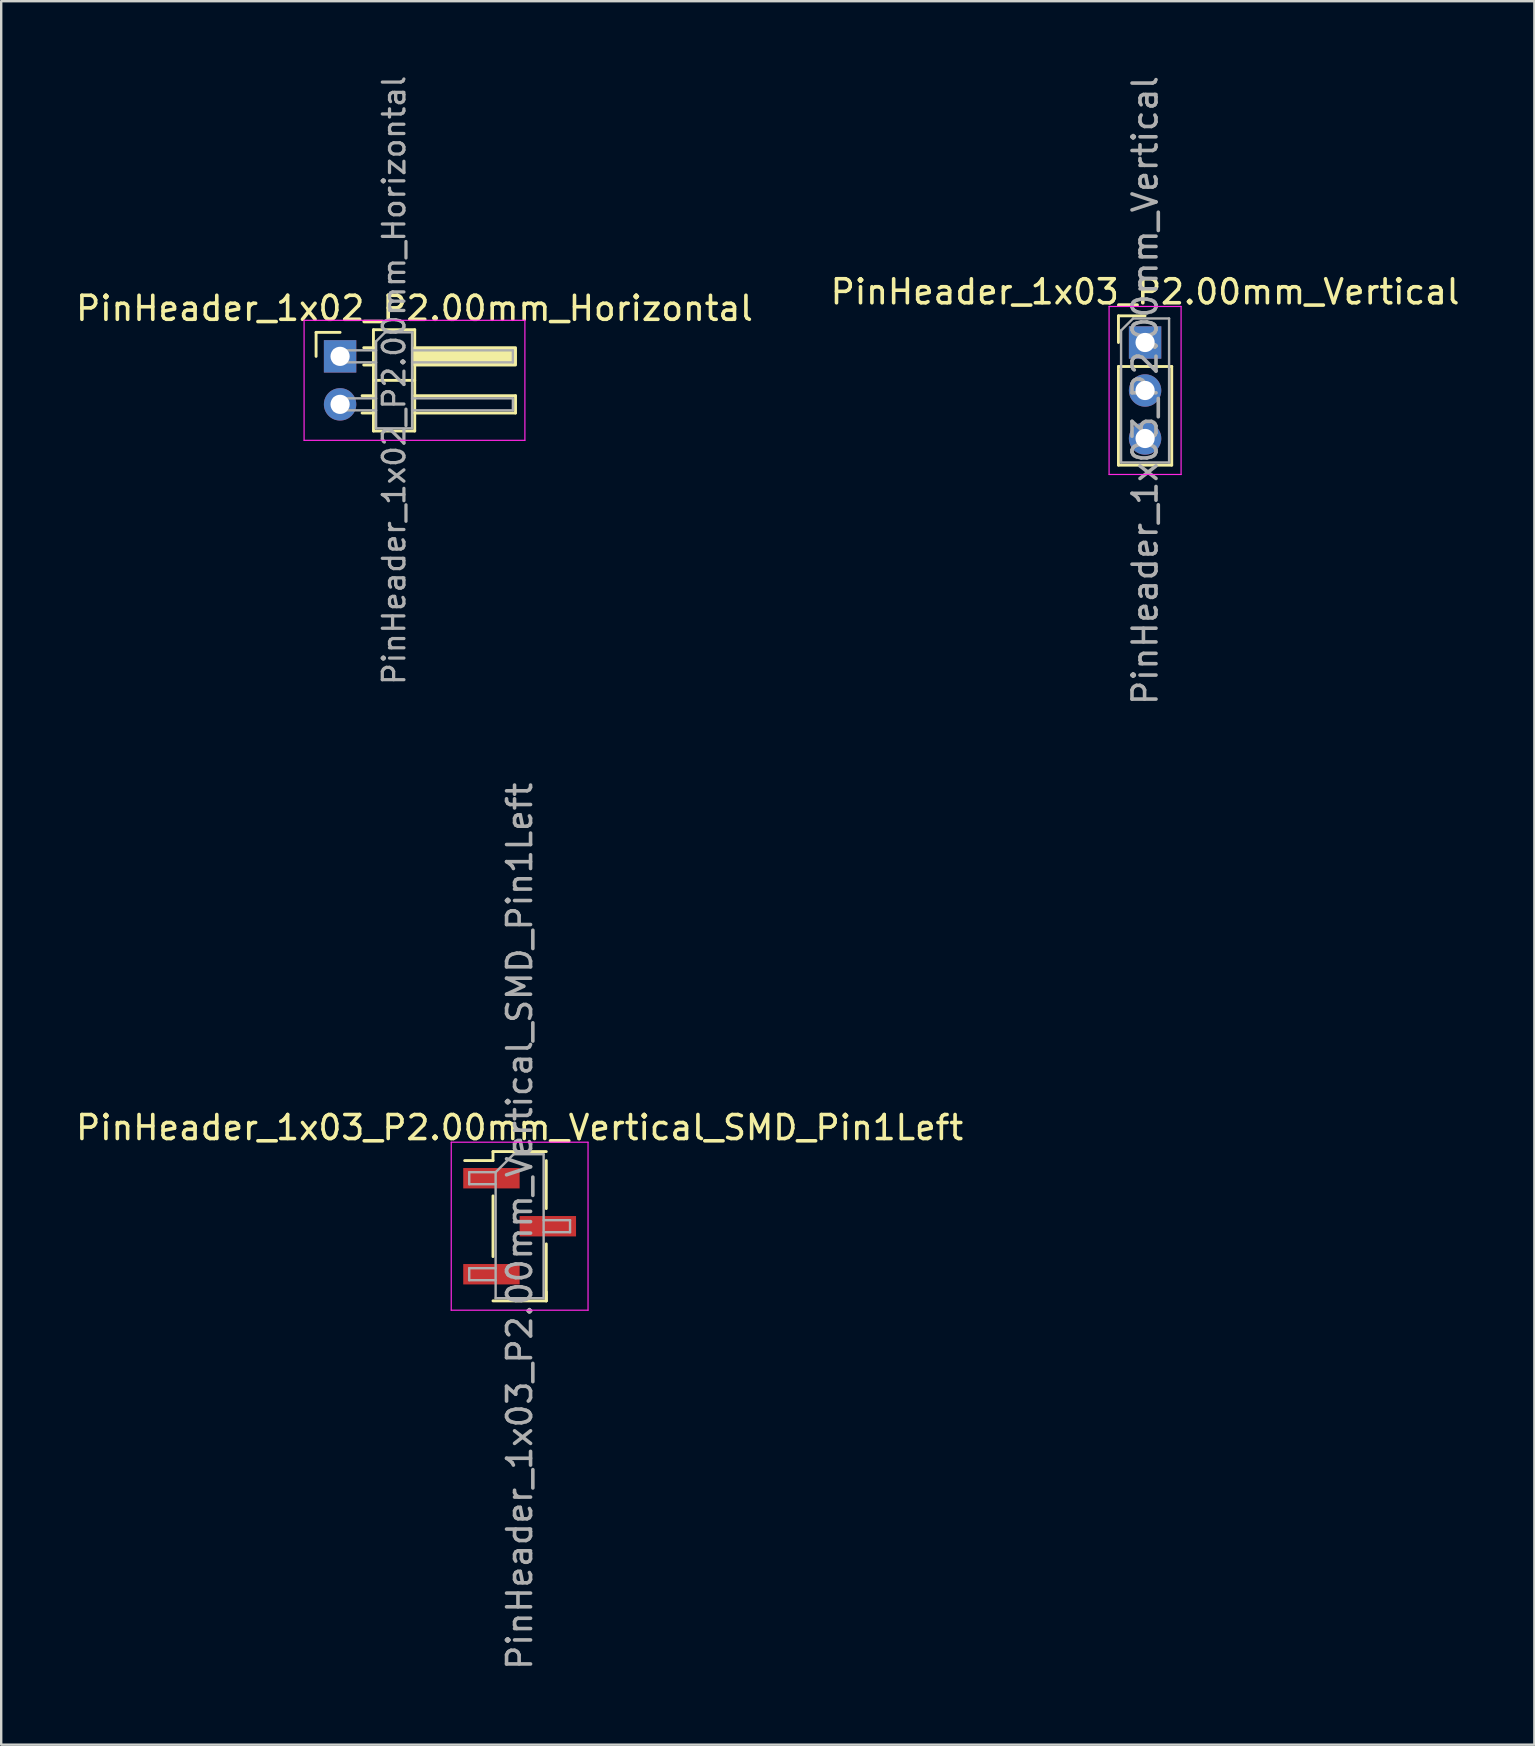
<source format=kicad_pcb>
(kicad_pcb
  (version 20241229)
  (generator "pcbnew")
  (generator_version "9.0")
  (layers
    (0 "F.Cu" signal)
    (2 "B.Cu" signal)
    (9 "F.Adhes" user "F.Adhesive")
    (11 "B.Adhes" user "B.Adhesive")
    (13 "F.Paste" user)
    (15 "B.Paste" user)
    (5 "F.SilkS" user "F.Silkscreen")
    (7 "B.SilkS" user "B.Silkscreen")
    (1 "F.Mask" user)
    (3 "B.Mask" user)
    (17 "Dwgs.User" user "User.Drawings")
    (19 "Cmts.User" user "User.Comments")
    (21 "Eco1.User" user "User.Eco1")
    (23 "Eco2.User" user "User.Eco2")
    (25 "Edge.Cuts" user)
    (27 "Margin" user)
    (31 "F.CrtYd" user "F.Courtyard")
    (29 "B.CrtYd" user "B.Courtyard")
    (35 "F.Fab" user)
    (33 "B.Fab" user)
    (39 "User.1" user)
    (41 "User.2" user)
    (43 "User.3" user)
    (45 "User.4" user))
  (footprint "PinHeader_1x02_P2.00mm_Horizontal"
    (layer "F.Cu")
    (at 11.12 11.798)
    (property "Reference" "PinHeader_1x02_P2.00mm_Horizontal" (at 3.1 -2 0) (layer "F.SilkS") (effects (font (size 1 1) (thickness 0.15))))
    (attr through_hole)
    (fp_line (start -1 -1) (end 0 -1) (stroke (width 0.12) (type solid)) (layer "F.SilkS"))
    (fp_line (start -1 0) (end -1 -1) (stroke (width 0.12) (type solid)) (layer "F.SilkS"))
    (fp_line (start 0.917 1.64) (end 1.39 1.64) (stroke (width 0.12) (type solid)) (layer "F.SilkS"))
    (fp_line (start 0.917 2.36) (end 1.39 2.36) (stroke (width 0.12) (type solid)) (layer "F.SilkS"))
    (fp_line (start 0.985 -0.36) (end 1.39 -0.36) (stroke (width 0.12) (type solid)) (layer "F.SilkS"))
    (fp_line (start 0.985 0.36) (end 1.39 0.36) (stroke (width 0.12) (type solid)) (layer "F.SilkS"))
    (fp_line (start 1.39 -1.11) (end 1.39 3.11) (stroke (width 0.12) (type solid)) (layer "F.SilkS"))
    (fp_line (start 1.39 1) (end 3.11 1) (stroke (width 0.12) (type solid)) (layer "F.SilkS"))
    (fp_line (start 1.39 3.11) (end 3.11 3.11) (stroke (width 0.12) (type solid)) (layer "F.SilkS"))
    (fp_line (start 3.11 -1.11) (end 1.39 -1.11) (stroke (width 0.12) (type solid)) (layer "F.SilkS"))
    (fp_line (start 3.11 1.64) (end 7.31 1.64) (stroke (width 0.12) (type solid)) (layer "F.SilkS"))
    (fp_line (start 3.11 3.11) (end 3.11 -1.11) (stroke (width 0.12) (type solid)) (layer "F.SilkS"))
    (fp_line (start 7.31 1.64) (end 7.31 2.36) (stroke (width 0.12) (type solid)) (layer "F.SilkS"))
    (fp_line (start 7.31 2.36) (end 3.11 2.36) (stroke (width 0.12) (type solid)) (layer "F.SilkS"))
    (fp_rect (start 3.11 -0.36) (end 7.31 0.36) (stroke (width 0.12) (type solid)) (fill yes) (layer "F.SilkS"))
    (fp_line (start -1.5 -1.5) (end -1.5 3.5) (stroke (width 0.05) (type solid)) (layer "F.CrtYd"))
    (fp_line (start -1.5 3.5) (end 7.7 3.5) (stroke (width 0.05) (type solid)) (layer "F.CrtYd"))
    (fp_line (start 7.7 -1.5) (end -1.5 -1.5) (stroke (width 0.05) (type solid)) (layer "F.CrtYd"))
    (fp_line (start 7.7 3.5) (end 7.7 -1.5) (stroke (width 0.05) (type solid)) (layer "F.CrtYd"))
    (fp_line (start -0.25 -0.25) (end -0.25 0.25) (stroke (width 0.1) (type solid)) (layer "F.Fab"))
    (fp_line (start -0.25 -0.25) (end 1.5 -0.25) (stroke (width 0.1) (type solid)) (layer "F.Fab"))
    (fp_line (start -0.25 0.25) (end 1.5 0.25) (stroke (width 0.1) (type solid)) (layer "F.Fab"))
    (fp_line (start -0.25 1.75) (end -0.25 2.25) (stroke (width 0.1) (type solid)) (layer "F.Fab"))
    (fp_line (start -0.25 1.75) (end 1.5 1.75) (stroke (width 0.1) (type solid)) (layer "F.Fab"))
    (fp_line (start -0.25 2.25) (end 1.5 2.25) (stroke (width 0.1) (type solid)) (layer "F.Fab"))
    (fp_line (start 1.5 -0.625) (end 1.875 -1) (stroke (width 0.1) (type solid)) (layer "F.Fab"))
    (fp_line (start 1.5 3) (end 1.5 -0.625) (stroke (width 0.1) (type solid)) (layer "F.Fab"))
    (fp_line (start 1.875 -1) (end 3 -1) (stroke (width 0.1) (type solid)) (layer "F.Fab"))
    (fp_line (start 3 -1) (end 3 3) (stroke (width 0.1) (type solid)) (layer "F.Fab"))
    (fp_line (start 3 -0.25) (end 7.2 -0.25) (stroke (width 0.1) (type solid)) (layer "F.Fab"))
    (fp_line (start 3 0.25) (end 7.2 0.25) (stroke (width 0.1) (type solid)) (layer "F.Fab"))
    (fp_line (start 3 1.75) (end 7.2 1.75) (stroke (width 0.1) (type solid)) (layer "F.Fab"))
    (fp_line (start 3 2.25) (end 7.2 2.25) (stroke (width 0.1) (type solid)) (layer "F.Fab"))
    (fp_line (start 3 3) (end 1.5 3) (stroke (width 0.1) (type solid)) (layer "F.Fab"))
    (fp_line (start 7.2 -0.25) (end 7.2 0.25) (stroke (width 0.1) (type solid)) (layer "F.Fab"))
    (fp_line (start 7.2 1.75) (end 7.2 2.25) (stroke (width 0.1) (type solid)) (layer "F.Fab"))
    (fp_text user "${REFERENCE}" (at 2.25 1 90) (layer "F.Fab") (effects (font (size 0.9 0.9) (thickness 0.135))))
    (pad "1" thru_hole rect (at 0 0) (size 1.35 1.35) (drill 0.8) (layers "*.Cu" "*.Mask"))
    (pad "2" thru_hole circle (at 0 2) (size 1.35 1.35) (drill 0.8) (layers "*.Cu" "*.Mask")))
  (footprint "PinHeader_1x03_P2.00mm_Vertical"
    (layer "F.Cu")
    (at 44.661 11.22)
    (property "Reference" "PinHeader_1x03_P2.00mm_Vertical" (at 0 -2.11 0) (layer "F.SilkS") (effects (font (size 1 1) (thickness 0.15))))
    (attr through_hole)
    (fp_line (start -1.11 -1.11) (end 0 -1.11) (stroke (width 0.12) (type solid)) (layer "F.SilkS"))
    (fp_line (start -1.11 0) (end -1.11 -1.11) (stroke (width 0.12) (type solid)) (layer "F.SilkS"))
    (fp_line (start -1.11 1) (end -1.11 5.11) (stroke (width 0.12) (type solid)) (layer "F.SilkS"))
    (fp_line (start -1.11 1) (end 1.11 1) (stroke (width 0.12) (type solid)) (layer "F.SilkS"))
    (fp_line (start -1.11 5.11) (end 1.11 5.11) (stroke (width 0.12) (type solid)) (layer "F.SilkS"))
    (fp_line (start 1.11 1) (end 1.11 5.11) (stroke (width 0.12) (type solid)) (layer "F.SilkS"))
    (fp_line (start -1.5 -1.5) (end -1.5 5.5) (stroke (width 0.05) (type solid)) (layer "F.CrtYd"))
    (fp_line (start -1.5 5.5) (end 1.5 5.5) (stroke (width 0.05) (type solid)) (layer "F.CrtYd"))
    (fp_line (start 1.5 -1.5) (end -1.5 -1.5) (stroke (width 0.05) (type solid)) (layer "F.CrtYd"))
    (fp_line (start 1.5 5.5) (end 1.5 -1.5) (stroke (width 0.05) (type solid)) (layer "F.CrtYd"))
    (fp_line (start -1 -0.5) (end -0.5 -1) (stroke (width 0.1) (type solid)) (layer "F.Fab"))
    (fp_line (start -1 5) (end -1 -0.5) (stroke (width 0.1) (type solid)) (layer "F.Fab"))
    (fp_line (start -0.5 -1) (end 1 -1) (stroke (width 0.1) (type solid)) (layer "F.Fab"))
    (fp_line (start 1 -1) (end 1 5) (stroke (width 0.1) (type solid)) (layer "F.Fab"))
    (fp_line (start 1 5) (end -1 5) (stroke (width 0.1) (type solid)) (layer "F.Fab"))
    (fp_text user "${REFERENCE}" (at 0 2 90) (layer "F.Fab") (effects (font (size 1 1) (thickness 0.15))))
    (pad "1" thru_hole rect (at 0 0) (size 1.35 1.35) (drill 0.8) (layers "*.Cu" "*.Mask"))
    (pad "2" thru_hole circle (at 0 2) (size 1.35 1.35) (drill 0.8) (layers "*.Cu" "*.Mask"))
    (pad "3" thru_hole circle (at 0 4) (size 1.35 1.35) (drill 0.8) (layers "*.Cu" "*.Mask")))
  (footprint "PinHeader_1x03_P2.00mm_Vertical_SMD_Pin1Left"
    (layer "F.Cu")
    (at 18.601 48.042)
    (property "Reference" "PinHeader_1x03_P2.00mm_Vertical_SMD_Pin1Left" (at 0 -4.11 0) (layer "F.SilkS") (effects (font (size 1 1) (thickness 0.15))))
    (attr smd)
    (fp_line (start -1.11 -3.11) (end -1.11 -2.735) (stroke (width 0.12) (type solid)) (layer "F.SilkS"))
    (fp_line (start -1.11 -3.11) (end 1.11 -3.11) (stroke (width 0.12) (type solid)) (layer "F.SilkS"))
    (fp_line (start -1.11 -2.735) (end -2.29 -2.735) (stroke (width 0.12) (type solid)) (layer "F.SilkS"))
    (fp_line (start -1.11 -1.265) (end -1.11 1.265) (stroke (width 0.12) (type solid)) (layer "F.SilkS"))
    (fp_line (start -1.11 3.11) (end 1.11 3.11) (stroke (width 0.12) (type solid)) (layer "F.SilkS"))
    (fp_line (start 1.11 -2.735) (end 1.11 -0.735) (stroke (width 0.12) (type solid)) (layer "F.SilkS"))
    (fp_line (start 1.11 0.735) (end 1.11 3.11) (stroke (width 0.12) (type solid)) (layer "F.SilkS"))
    (fp_line (start 1.11 2.735) (end 1.11 3.11) (stroke (width 0.12) (type solid)) (layer "F.SilkS"))
    (fp_line (start -2.85 -3.5) (end -2.85 3.5) (stroke (width 0.05) (type solid)) (layer "F.CrtYd"))
    (fp_line (start -2.85 3.5) (end 2.85 3.5) (stroke (width 0.05) (type solid)) (layer "F.CrtYd"))
    (fp_line (start 2.85 -3.5) (end -2.85 -3.5) (stroke (width 0.05) (type solid)) (layer "F.CrtYd"))
    (fp_line (start 2.85 3.5) (end 2.85 -3.5) (stroke (width 0.05) (type solid)) (layer "F.CrtYd"))
    (fp_line (start -2.1 -2.25) (end -2.1 -1.75) (stroke (width 0.1) (type solid)) (layer "F.Fab"))
    (fp_line (start -2.1 -1.75) (end -1 -1.75) (stroke (width 0.1) (type solid)) (layer "F.Fab"))
    (fp_line (start -2.1 1.75) (end -2.1 2.25) (stroke (width 0.1) (type solid)) (layer "F.Fab"))
    (fp_line (start -2.1 2.25) (end -1 2.25) (stroke (width 0.1) (type solid)) (layer "F.Fab"))
    (fp_line (start -1 -2.25) (end -2.1 -2.25) (stroke (width 0.1) (type solid)) (layer "F.Fab"))
    (fp_line (start -1 -2.25) (end -0.25 -3) (stroke (width 0.1) (type solid)) (layer "F.Fab"))
    (fp_line (start -1 1.75) (end -2.1 1.75) (stroke (width 0.1) (type solid)) (layer "F.Fab"))
    (fp_line (start -1 3) (end -1 -2.25) (stroke (width 0.1) (type solid)) (layer "F.Fab"))
    (fp_line (start -0.25 -3) (end 1 -3) (stroke (width 0.1) (type solid)) (layer "F.Fab"))
    (fp_line (start 1 -3) (end 1 3) (stroke (width 0.1) (type solid)) (layer "F.Fab"))
    (fp_line (start 1 -0.25) (end 2.1 -0.25) (stroke (width 0.1) (type solid)) (layer "F.Fab"))
    (fp_line (start 1 3) (end -1 3) (stroke (width 0.1) (type solid)) (layer "F.Fab"))
    (fp_line (start 2.1 -0.25) (end 2.1 0.25) (stroke (width 0.1) (type solid)) (layer "F.Fab"))
    (fp_line (start 2.1 0.25) (end 1 0.25) (stroke (width 0.1) (type solid)) (layer "F.Fab"))
    (fp_text user "${REFERENCE}" (at 0 0 90) (layer "F.Fab") (effects (font (size 1 1) (thickness 0.15))))
    (pad "1" smd rect (at -1.175 -2) (size 2.35 0.85) (layers "F.Cu" "F.Mask" "F.Paste"))
    (pad "2" smd rect (at 1.175 0) (size 2.35 0.85) (layers "F.Cu" "F.Mask" "F.Paste"))
    (pad "3" smd rect (at -1.175 2) (size 2.35 0.85) (layers "F.Cu" "F.Mask" "F.Paste")))
  (gr_rect
    (start -3 -3)
    (end 60.881 69.643)
    (stroke (width 0.1) (type default))
    (fill no)
    (layer "Edge.Cuts")))
</source>
